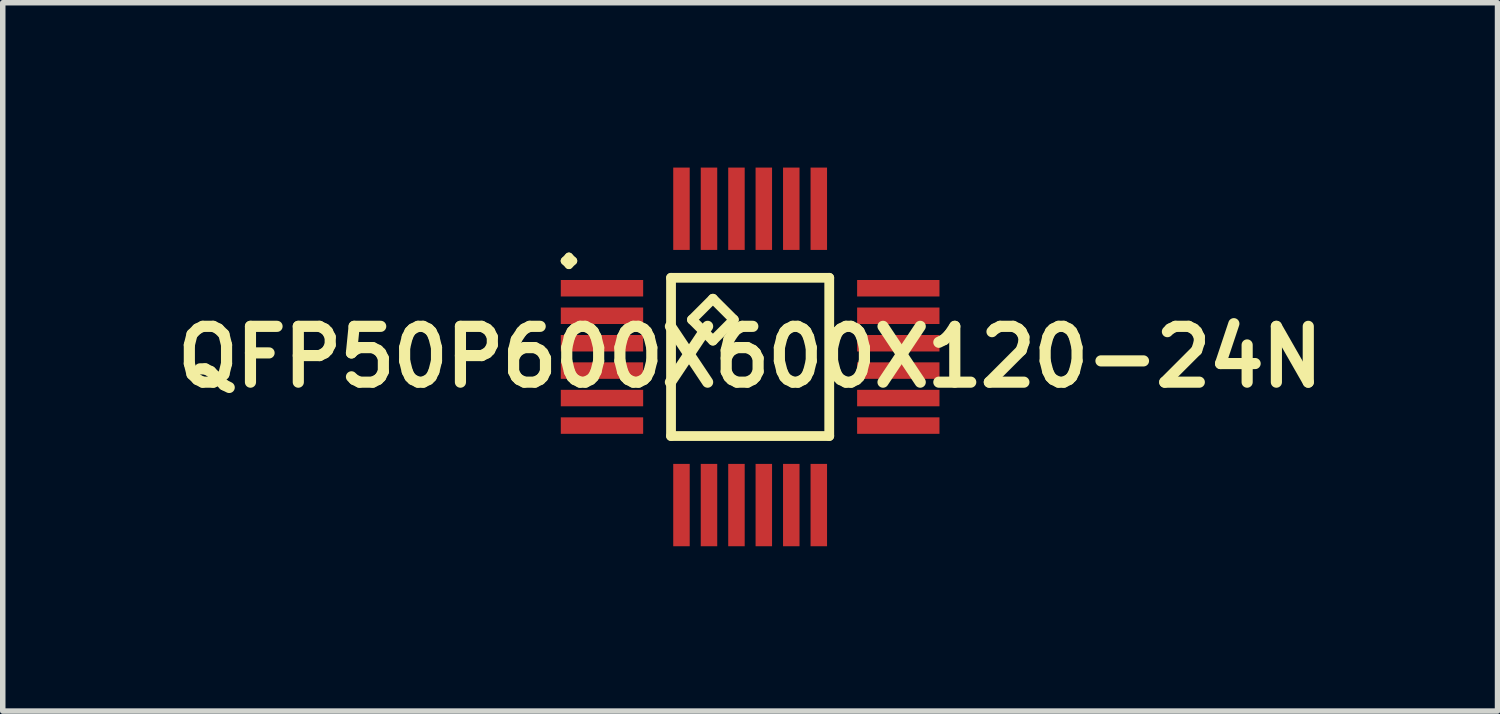
<source format=kicad_pcb>
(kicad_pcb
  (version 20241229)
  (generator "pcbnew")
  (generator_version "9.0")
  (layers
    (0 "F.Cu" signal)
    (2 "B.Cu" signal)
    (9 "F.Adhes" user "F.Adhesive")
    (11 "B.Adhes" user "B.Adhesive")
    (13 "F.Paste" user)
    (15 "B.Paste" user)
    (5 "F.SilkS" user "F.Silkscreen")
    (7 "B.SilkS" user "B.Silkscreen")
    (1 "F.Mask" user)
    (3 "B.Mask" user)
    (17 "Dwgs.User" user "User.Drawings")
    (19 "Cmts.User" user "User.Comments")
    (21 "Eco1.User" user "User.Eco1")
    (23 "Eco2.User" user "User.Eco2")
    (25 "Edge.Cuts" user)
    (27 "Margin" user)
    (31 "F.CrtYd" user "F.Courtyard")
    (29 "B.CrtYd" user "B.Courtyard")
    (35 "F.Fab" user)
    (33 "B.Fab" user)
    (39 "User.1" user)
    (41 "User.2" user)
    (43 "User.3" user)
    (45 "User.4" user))
  (footprint "QFP50P600X600X120-24N"
    (layer "F.Cu")
    (at 10.605 3.447)
    (property "Reference" "QFP50P600X600X120-24N" (at 0 0 0) (layer "F.SilkS") (effects (font (size 1.016 1.016) (thickness 0.203))))
    (attr smd)
    (fp_line (start -3.373 -1.748) (end -3.299 -1.824) (stroke (width 0.15) (type solid)) (layer "F.SilkS"))
    (fp_line (start -3.299 -1.824) (end -3.223 -1.748) (stroke (width 0.15) (type solid)) (layer "F.SilkS"))
    (fp_line (start -3.299 -1.674) (end -3.373 -1.748) (stroke (width 0.15) (type solid)) (layer "F.SilkS"))
    (fp_line (start -3.223 -1.748) (end -3.299 -1.674) (stroke (width 0.15) (type solid)) (layer "F.SilkS"))
    (fp_line (start -1.44 -1.44) (end -1.44 1.44) (stroke (width 0.178) (type solid)) (layer "F.SilkS"))
    (fp_line (start -1.44 1.44) (end 1.44 1.44) (stroke (width 0.178) (type solid)) (layer "F.SilkS"))
    (fp_line (start -1.059 -0.678) (end -0.678 -1.059) (stroke (width 0.178) (type solid)) (layer "F.SilkS"))
    (fp_line (start -0.678 -1.059) (end -0.297 -0.678) (stroke (width 0.178) (type solid)) (layer "F.SilkS"))
    (fp_line (start -0.678 -0.297) (end -1.059 -0.678) (stroke (width 0.178) (type solid)) (layer "F.SilkS"))
    (fp_line (start -0.297 -0.678) (end -0.678 -0.297) (stroke (width 0.178) (type solid)) (layer "F.SilkS"))
    (fp_line (start 1.44 -1.44) (end -1.44 -1.44) (stroke (width 0.178) (type solid)) (layer "F.SilkS"))
    (fp_line (start 1.44 1.44) (end 1.44 -1.44) (stroke (width 0.178) (type solid)) (layer "F.SilkS"))
    (pad "1" smd rect (at -2.697 -1.25) (size 1.499 0.3) (layers "F.Cu" "F.Mask" "F.Paste"))
    (pad "2" smd rect (at -2.697 -0.749) (size 1.499 0.3) (layers "F.Cu" "F.Mask" "F.Paste"))
    (pad "3" smd rect (at -2.697 -0.249) (size 1.499 0.3) (layers "F.Cu" "F.Mask" "F.Paste"))
    (pad "4" smd rect (at -2.697 0.249) (size 1.499 0.3) (layers "F.Cu" "F.Mask" "F.Paste"))
    (pad "5" smd rect (at -2.697 0.749) (size 1.499 0.3) (layers "F.Cu" "F.Mask" "F.Paste"))
    (pad "6" smd rect (at -2.697 1.25) (size 1.499 0.3) (layers "F.Cu" "F.Mask" "F.Paste"))
    (pad "7" smd rect (at -1.25 2.697) (size 0.3 1.499) (layers "F.Cu" "F.Mask" "F.Paste"))
    (pad "8" smd rect (at -0.749 2.697) (size 0.3 1.499) (layers "F.Cu" "F.Mask" "F.Paste"))
    (pad "9" smd rect (at -0.249 2.697) (size 0.3 1.499) (layers "F.Cu" "F.Mask" "F.Paste"))
    (pad "10" smd rect (at 0.249 2.697) (size 0.3 1.499) (layers "F.Cu" "F.Mask" "F.Paste"))
    (pad "11" smd rect (at 0.749 2.697) (size 0.3 1.499) (layers "F.Cu" "F.Mask" "F.Paste"))
    (pad "12" smd rect (at 1.25 2.697) (size 0.3 1.499) (layers "F.Cu" "F.Mask" "F.Paste"))
    (pad "13" smd rect (at 2.697 1.25) (size 1.499 0.3) (layers "F.Cu" "F.Mask" "F.Paste"))
    (pad "14" smd rect (at 2.697 0.749) (size 1.499 0.3) (layers "F.Cu" "F.Mask" "F.Paste"))
    (pad "15" smd rect (at 2.697 0.249) (size 1.499 0.3) (layers "F.Cu" "F.Mask" "F.Paste"))
    (pad "16" smd rect (at 2.697 -0.249) (size 1.499 0.3) (layers "F.Cu" "F.Mask" "F.Paste"))
    (pad "17" smd rect (at 2.697 -0.749) (size 1.499 0.3) (layers "F.Cu" "F.Mask" "F.Paste"))
    (pad "18" smd rect (at 2.697 -1.25) (size 1.499 0.3) (layers "F.Cu" "F.Mask" "F.Paste"))
    (pad "19" smd rect (at 1.25 -2.697) (size 0.3 1.499) (layers "F.Cu" "F.Mask" "F.Paste"))
    (pad "20" smd rect (at 0.749 -2.697) (size 0.3 1.499) (layers "F.Cu" "F.Mask" "F.Paste"))
    (pad "21" smd rect (at 0.249 -2.697) (size 0.3 1.499) (layers "F.Cu" "F.Mask" "F.Paste"))
    (pad "22" smd rect (at -0.249 -2.697) (size 0.3 1.499) (layers "F.Cu" "F.Mask" "F.Paste"))
    (pad "23" smd rect (at -0.749 -2.697) (size 0.3 1.499) (layers "F.Cu" "F.Mask" "F.Paste"))
    (pad "24" smd rect (at -1.25 -2.697) (size 0.3 1.499) (layers "F.Cu" "F.Mask" "F.Paste")))
  (gr_rect
    (start -3 -3)
    (end 24.21 9.894)
    (stroke (width 0.1) (type default))
    (fill no)
    (layer "Edge.Cuts")))
</source>
